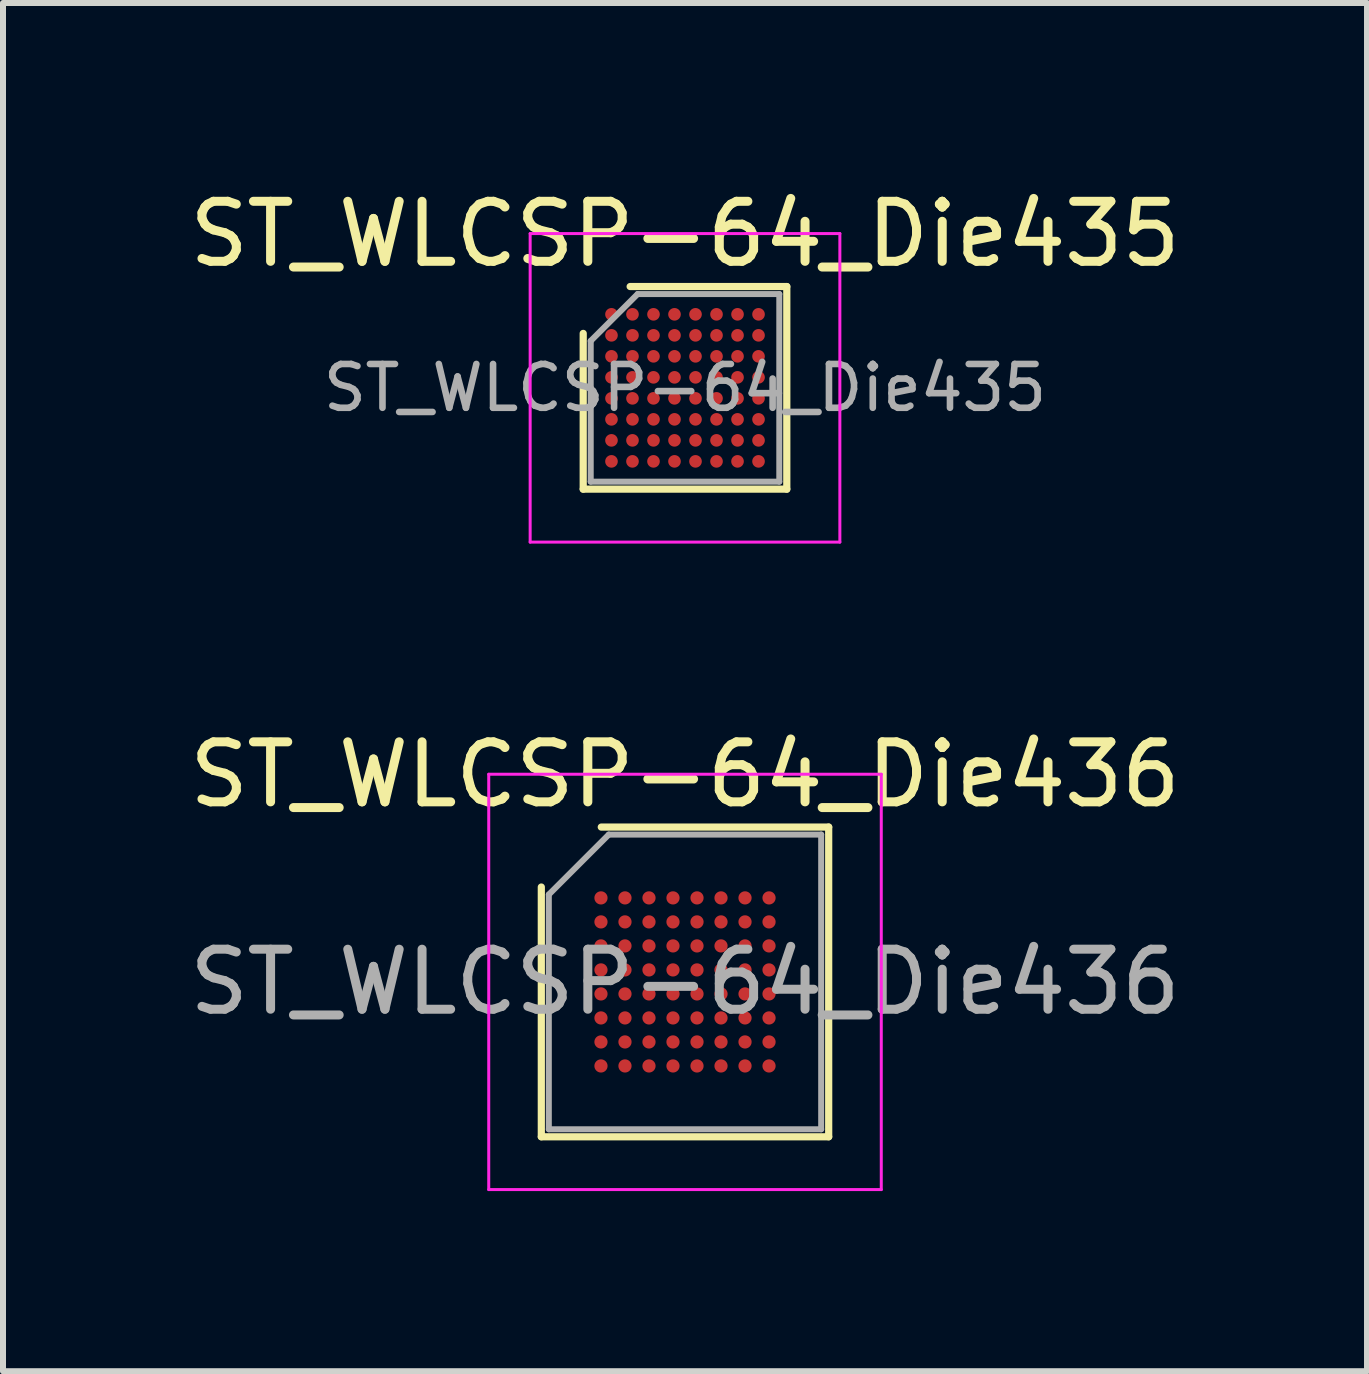
<source format=kicad_pcb>
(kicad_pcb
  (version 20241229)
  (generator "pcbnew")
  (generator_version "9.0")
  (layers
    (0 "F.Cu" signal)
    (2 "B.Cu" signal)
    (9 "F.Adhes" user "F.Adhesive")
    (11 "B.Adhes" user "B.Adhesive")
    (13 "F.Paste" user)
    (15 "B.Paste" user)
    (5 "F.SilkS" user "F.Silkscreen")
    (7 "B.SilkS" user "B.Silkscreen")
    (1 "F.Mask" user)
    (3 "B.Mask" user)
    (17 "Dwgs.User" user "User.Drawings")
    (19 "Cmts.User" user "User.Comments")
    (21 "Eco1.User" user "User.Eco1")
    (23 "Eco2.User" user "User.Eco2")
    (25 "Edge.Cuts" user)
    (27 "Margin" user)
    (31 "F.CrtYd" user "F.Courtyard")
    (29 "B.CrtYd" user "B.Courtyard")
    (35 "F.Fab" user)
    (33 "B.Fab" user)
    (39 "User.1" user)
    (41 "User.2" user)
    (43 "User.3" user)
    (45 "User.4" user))
  (footprint "ST_WLCSP-64_Die435"
    (layer "F.Cu")
    (at 8.363 3.412)
    (property "Reference" "ST_WLCSP-64_Die435" (at 0 -2.563 0) (layer "F.SilkS") (effects (font (size 1 1) (thickness 0.15))))
    (attr smd)
    (fp_line (start -1.696 1.688) (end -1.696 -0.907) (stroke (width 0.12) (type solid)) (layer "F.SilkS"))
    (fp_line (start -0.914 -1.688) (end 1.696 -1.688) (stroke (width 0.12) (type solid)) (layer "F.SilkS"))
    (fp_line (start 1.696 -1.688) (end 1.696 1.688) (stroke (width 0.12) (type solid)) (layer "F.SilkS"))
    (fp_line (start 1.696 1.688) (end -1.696 1.688) (stroke (width 0.12) (type solid)) (layer "F.SilkS"))
    (fp_line (start -2.58 -2.57) (end -2.58 2.57) (stroke (width 0.05) (type solid)) (layer "F.CrtYd"))
    (fp_line (start -2.58 2.57) (end 2.58 2.57) (stroke (width 0.05) (type solid)) (layer "F.CrtYd"))
    (fp_line (start 2.58 -2.57) (end -2.58 -2.57) (stroke (width 0.05) (type solid)) (layer "F.CrtYd"))
    (fp_line (start 2.58 2.57) (end 2.58 -2.57) (stroke (width 0.05) (type solid)) (layer "F.CrtYd"))
    (fp_line (start -1.571 -0.782) (end -0.789 -1.563) (stroke (width 0.1) (type solid)) (layer "F.Fab"))
    (fp_line (start -1.571 1.563) (end -1.571 -0.782) (stroke (width 0.1) (type solid)) (layer "F.Fab"))
    (fp_line (start -0.789 -1.563) (end 1.571 -1.563) (stroke (width 0.1) (type solid)) (layer "F.Fab"))
    (fp_line (start 1.571 -1.563) (end 1.571 1.563) (stroke (width 0.1) (type solid)) (layer "F.Fab"))
    (fp_line (start 1.571 1.563) (end -1.571 1.563) (stroke (width 0.1) (type solid)) (layer "F.Fab"))
    (fp_text user "${REFERENCE}" (at 0 0 0) (layer "F.Fab") (effects (font (size 0.73 0.73) (thickness 0.11))))
    (pad "A1" smd circle (at -1.225 -1.225) (size 0.21 0.21) (layers "F.Cu" "F.Mask" "F.Paste"))
    (pad "A2" smd circle (at -0.875 -1.225) (size 0.21 0.21) (layers "F.Cu" "F.Mask" "F.Paste"))
    (pad "A3" smd circle (at -0.525 -1.225) (size 0.21 0.21) (layers "F.Cu" "F.Mask" "F.Paste"))
    (pad "A4" smd circle (at -0.175 -1.225) (size 0.21 0.21) (layers "F.Cu" "F.Mask" "F.Paste"))
    (pad "A5" smd circle (at 0.175 -1.225) (size 0.21 0.21) (layers "F.Cu" "F.Mask" "F.Paste"))
    (pad "A6" smd circle (at 0.525 -1.225) (size 0.21 0.21) (layers "F.Cu" "F.Mask" "F.Paste"))
    (pad "A7" smd circle (at 0.875 -1.225) (size 0.21 0.21) (layers "F.Cu" "F.Mask" "F.Paste"))
    (pad "A8" smd circle (at 1.225 -1.225) (size 0.21 0.21) (layers "F.Cu" "F.Mask" "F.Paste"))
    (pad "B1" smd circle (at -1.225 -0.875) (size 0.21 0.21) (layers "F.Cu" "F.Mask" "F.Paste"))
    (pad "B2" smd circle (at -0.875 -0.875) (size 0.21 0.21) (layers "F.Cu" "F.Mask" "F.Paste"))
    (pad "B3" smd circle (at -0.525 -0.875) (size 0.21 0.21) (layers "F.Cu" "F.Mask" "F.Paste"))
    (pad "B4" smd circle (at -0.175 -0.875) (size 0.21 0.21) (layers "F.Cu" "F.Mask" "F.Paste"))
    (pad "B5" smd circle (at 0.175 -0.875) (size 0.21 0.21) (layers "F.Cu" "F.Mask" "F.Paste"))
    (pad "B6" smd circle (at 0.525 -0.875) (size 0.21 0.21) (layers "F.Cu" "F.Mask" "F.Paste"))
    (pad "B7" smd circle (at 0.875 -0.875) (size 0.21 0.21) (layers "F.Cu" "F.Mask" "F.Paste"))
    (pad "B8" smd circle (at 1.225 -0.875) (size 0.21 0.21) (layers "F.Cu" "F.Mask" "F.Paste"))
    (pad "C1" smd circle (at -1.225 -0.525) (size 0.21 0.21) (layers "F.Cu" "F.Mask" "F.Paste"))
    (pad "C2" smd circle (at -0.875 -0.525) (size 0.21 0.21) (layers "F.Cu" "F.Mask" "F.Paste"))
    (pad "C3" smd circle (at -0.525 -0.525) (size 0.21 0.21) (layers "F.Cu" "F.Mask" "F.Paste"))
    (pad "C4" smd circle (at -0.175 -0.525) (size 0.21 0.21) (layers "F.Cu" "F.Mask" "F.Paste"))
    (pad "C5" smd circle (at 0.175 -0.525) (size 0.21 0.21) (layers "F.Cu" "F.Mask" "F.Paste"))
    (pad "C6" smd circle (at 0.525 -0.525) (size 0.21 0.21) (layers "F.Cu" "F.Mask" "F.Paste"))
    (pad "C7" smd circle (at 0.875 -0.525) (size 0.21 0.21) (layers "F.Cu" "F.Mask" "F.Paste"))
    (pad "C8" smd circle (at 1.225 -0.525) (size 0.21 0.21) (layers "F.Cu" "F.Mask" "F.Paste"))
    (pad "D1" smd circle (at -1.225 -0.175) (size 0.21 0.21) (layers "F.Cu" "F.Mask" "F.Paste"))
    (pad "D2" smd circle (at -0.875 -0.175) (size 0.21 0.21) (layers "F.Cu" "F.Mask" "F.Paste"))
    (pad "D3" smd circle (at -0.525 -0.175) (size 0.21 0.21) (layers "F.Cu" "F.Mask" "F.Paste"))
    (pad "D4" smd circle (at -0.175 -0.175) (size 0.21 0.21) (layers "F.Cu" "F.Mask" "F.Paste"))
    (pad "D5" smd circle (at 0.175 -0.175) (size 0.21 0.21) (layers "F.Cu" "F.Mask" "F.Paste"))
    (pad "D6" smd circle (at 0.525 -0.175) (size 0.21 0.21) (layers "F.Cu" "F.Mask" "F.Paste"))
    (pad "D7" smd circle (at 0.875 -0.175) (size 0.21 0.21) (layers "F.Cu" "F.Mask" "F.Paste"))
    (pad "D8" smd circle (at 1.225 -0.175) (size 0.21 0.21) (layers "F.Cu" "F.Mask" "F.Paste"))
    (pad "E1" smd circle (at -1.225 0.175) (size 0.21 0.21) (layers "F.Cu" "F.Mask" "F.Paste"))
    (pad "E2" smd circle (at -0.875 0.175) (size 0.21 0.21) (layers "F.Cu" "F.Mask" "F.Paste"))
    (pad "E3" smd circle (at -0.525 0.175) (size 0.21 0.21) (layers "F.Cu" "F.Mask" "F.Paste"))
    (pad "E4" smd circle (at -0.175 0.175) (size 0.21 0.21) (layers "F.Cu" "F.Mask" "F.Paste"))
    (pad "E5" smd circle (at 0.175 0.175) (size 0.21 0.21) (layers "F.Cu" "F.Mask" "F.Paste"))
    (pad "E6" smd circle (at 0.525 0.175) (size 0.21 0.21) (layers "F.Cu" "F.Mask" "F.Paste"))
    (pad "E7" smd circle (at 0.875 0.175) (size 0.21 0.21) (layers "F.Cu" "F.Mask" "F.Paste"))
    (pad "E8" smd circle (at 1.225 0.175) (size 0.21 0.21) (layers "F.Cu" "F.Mask" "F.Paste"))
    (pad "F1" smd circle (at -1.225 0.525) (size 0.21 0.21) (layers "F.Cu" "F.Mask" "F.Paste"))
    (pad "F2" smd circle (at -0.875 0.525) (size 0.21 0.21) (layers "F.Cu" "F.Mask" "F.Paste"))
    (pad "F3" smd circle (at -0.525 0.525) (size 0.21 0.21) (layers "F.Cu" "F.Mask" "F.Paste"))
    (pad "F4" smd circle (at -0.175 0.525) (size 0.21 0.21) (layers "F.Cu" "F.Mask" "F.Paste"))
    (pad "F5" smd circle (at 0.175 0.525) (size 0.21 0.21) (layers "F.Cu" "F.Mask" "F.Paste"))
    (pad "F6" smd circle (at 0.525 0.525) (size 0.21 0.21) (layers "F.Cu" "F.Mask" "F.Paste"))
    (pad "F7" smd circle (at 0.875 0.525) (size 0.21 0.21) (layers "F.Cu" "F.Mask" "F.Paste"))
    (pad "F8" smd circle (at 1.225 0.525) (size 0.21 0.21) (layers "F.Cu" "F.Mask" "F.Paste"))
    (pad "G1" smd circle (at -1.225 0.875) (size 0.21 0.21) (layers "F.Cu" "F.Mask" "F.Paste"))
    (pad "G2" smd circle (at -0.875 0.875) (size 0.21 0.21) (layers "F.Cu" "F.Mask" "F.Paste"))
    (pad "G3" smd circle (at -0.525 0.875) (size 0.21 0.21) (layers "F.Cu" "F.Mask" "F.Paste"))
    (pad "G4" smd circle (at -0.175 0.875) (size 0.21 0.21) (layers "F.Cu" "F.Mask" "F.Paste"))
    (pad "G5" smd circle (at 0.175 0.875) (size 0.21 0.21) (layers "F.Cu" "F.Mask" "F.Paste"))
    (pad "G6" smd circle (at 0.525 0.875) (size 0.21 0.21) (layers "F.Cu" "F.Mask" "F.Paste"))
    (pad "G7" smd circle (at 0.875 0.875) (size 0.21 0.21) (layers "F.Cu" "F.Mask" "F.Paste"))
    (pad "G8" smd circle (at 1.225 0.875) (size 0.21 0.21) (layers "F.Cu" "F.Mask" "F.Paste"))
    (pad "H1" smd circle (at -1.225 1.225) (size 0.21 0.21) (layers "F.Cu" "F.Mask" "F.Paste"))
    (pad "H2" smd circle (at -0.875 1.225) (size 0.21 0.21) (layers "F.Cu" "F.Mask" "F.Paste"))
    (pad "H3" smd circle (at -0.525 1.225) (size 0.21 0.21) (layers "F.Cu" "F.Mask" "F.Paste"))
    (pad "H4" smd circle (at -0.175 1.225) (size 0.21 0.21) (layers "F.Cu" "F.Mask" "F.Paste"))
    (pad "H5" smd circle (at 0.175 1.225) (size 0.21 0.21) (layers "F.Cu" "F.Mask" "F.Paste"))
    (pad "H6" smd circle (at 0.525 1.225) (size 0.21 0.21) (layers "F.Cu" "F.Mask" "F.Paste"))
    (pad "H7" smd circle (at 0.875 1.225) (size 0.21 0.21) (layers "F.Cu" "F.Mask" "F.Paste"))
    (pad "H8" smd circle (at 1.225 1.225) (size 0.21 0.21) (layers "F.Cu" "F.Mask" "F.Paste")))
  (footprint "ST_WLCSP-64_Die436"
    (layer "F.Cu")
    (at 8.363 13.31)
    (property "Reference" "ST_WLCSP-64_Die436" (at 0 -3.455 0) (layer "F.SilkS") (effects (font (size 1 1) (thickness 0.15))))
    (attr smd)
    (fp_line (start -2.394 2.58) (end -2.394 -1.581) (stroke (width 0.12) (type solid)) (layer "F.SilkS"))
    (fp_line (start -1.395 -2.58) (end 2.394 -2.58) (stroke (width 0.12) (type solid)) (layer "F.SilkS"))
    (fp_line (start 2.394 -2.58) (end 2.394 2.58) (stroke (width 0.12) (type solid)) (layer "F.SilkS"))
    (fp_line (start 2.394 2.58) (end -2.394 2.58) (stroke (width 0.12) (type solid)) (layer "F.SilkS"))
    (fp_line (start -3.27 -3.46) (end -3.27 3.46) (stroke (width 0.05) (type solid)) (layer "F.CrtYd"))
    (fp_line (start -3.27 3.46) (end 3.27 3.46) (stroke (width 0.05) (type solid)) (layer "F.CrtYd"))
    (fp_line (start 3.27 -3.46) (end -3.27 -3.46) (stroke (width 0.05) (type solid)) (layer "F.CrtYd"))
    (fp_line (start 3.27 3.46) (end 3.27 -3.46) (stroke (width 0.05) (type solid)) (layer "F.CrtYd"))
    (fp_line (start -2.269 -1.456) (end -1.27 -2.455) (stroke (width 0.1) (type solid)) (layer "F.Fab"))
    (fp_line (start -2.269 2.455) (end -2.269 -1.456) (stroke (width 0.1) (type solid)) (layer "F.Fab"))
    (fp_line (start -1.27 -2.455) (end 2.269 -2.455) (stroke (width 0.1) (type solid)) (layer "F.Fab"))
    (fp_line (start 2.269 -2.455) (end 2.269 2.455) (stroke (width 0.1) (type solid)) (layer "F.Fab"))
    (fp_line (start 2.269 2.455) (end -2.269 2.455) (stroke (width 0.1) (type solid)) (layer "F.Fab"))
    (fp_text user "${REFERENCE}" (at 0 0 0) (layer "F.Fab") (effects (font (size 1 1) (thickness 0.15))))
    (pad "A1" smd circle (at -1.4 -1.4) (size 0.22 0.22) (layers "F.Cu" "F.Mask" "F.Paste"))
    (pad "A2" smd circle (at -1 -1.4) (size 0.22 0.22) (layers "F.Cu" "F.Mask" "F.Paste"))
    (pad "A3" smd circle (at -0.6 -1.4) (size 0.22 0.22) (layers "F.Cu" "F.Mask" "F.Paste"))
    (pad "A4" smd circle (at -0.2 -1.4) (size 0.22 0.22) (layers "F.Cu" "F.Mask" "F.Paste"))
    (pad "A5" smd circle (at 0.2 -1.4) (size 0.22 0.22) (layers "F.Cu" "F.Mask" "F.Paste"))
    (pad "A6" smd circle (at 0.6 -1.4) (size 0.22 0.22) (layers "F.Cu" "F.Mask" "F.Paste"))
    (pad "A7" smd circle (at 1 -1.4) (size 0.22 0.22) (layers "F.Cu" "F.Mask" "F.Paste"))
    (pad "A8" smd circle (at 1.4 -1.4) (size 0.22 0.22) (layers "F.Cu" "F.Mask" "F.Paste"))
    (pad "B1" smd circle (at -1.4 -1) (size 0.22 0.22) (layers "F.Cu" "F.Mask" "F.Paste"))
    (pad "B2" smd circle (at -1 -1) (size 0.22 0.22) (layers "F.Cu" "F.Mask" "F.Paste"))
    (pad "B3" smd circle (at -0.6 -1) (size 0.22 0.22) (layers "F.Cu" "F.Mask" "F.Paste"))
    (pad "B4" smd circle (at -0.2 -1) (size 0.22 0.22) (layers "F.Cu" "F.Mask" "F.Paste"))
    (pad "B5" smd circle (at 0.2 -1) (size 0.22 0.22) (layers "F.Cu" "F.Mask" "F.Paste"))
    (pad "B6" smd circle (at 0.6 -1) (size 0.22 0.22) (layers "F.Cu" "F.Mask" "F.Paste"))
    (pad "B7" smd circle (at 1 -1) (size 0.22 0.22) (layers "F.Cu" "F.Mask" "F.Paste"))
    (pad "B8" smd circle (at 1.4 -1) (size 0.22 0.22) (layers "F.Cu" "F.Mask" "F.Paste"))
    (pad "C1" smd circle (at -1.4 -0.6) (size 0.22 0.22) (layers "F.Cu" "F.Mask" "F.Paste"))
    (pad "C2" smd circle (at -1 -0.6) (size 0.22 0.22) (layers "F.Cu" "F.Mask" "F.Paste"))
    (pad "C3" smd circle (at -0.6 -0.6) (size 0.22 0.22) (layers "F.Cu" "F.Mask" "F.Paste"))
    (pad "C4" smd circle (at -0.2 -0.6) (size 0.22 0.22) (layers "F.Cu" "F.Mask" "F.Paste"))
    (pad "C5" smd circle (at 0.2 -0.6) (size 0.22 0.22) (layers "F.Cu" "F.Mask" "F.Paste"))
    (pad "C6" smd circle (at 0.6 -0.6) (size 0.22 0.22) (layers "F.Cu" "F.Mask" "F.Paste"))
    (pad "C7" smd circle (at 1 -0.6) (size 0.22 0.22) (layers "F.Cu" "F.Mask" "F.Paste"))
    (pad "C8" smd circle (at 1.4 -0.6) (size 0.22 0.22) (layers "F.Cu" "F.Mask" "F.Paste"))
    (pad "D1" smd circle (at -1.4 -0.2) (size 0.22 0.22) (layers "F.Cu" "F.Mask" "F.Paste"))
    (pad "D2" smd circle (at -1 -0.2) (size 0.22 0.22) (layers "F.Cu" "F.Mask" "F.Paste"))
    (pad "D3" smd circle (at -0.6 -0.2) (size 0.22 0.22) (layers "F.Cu" "F.Mask" "F.Paste"))
    (pad "D4" smd circle (at -0.2 -0.2) (size 0.22 0.22) (layers "F.Cu" "F.Mask" "F.Paste"))
    (pad "D5" smd circle (at 0.2 -0.2) (size 0.22 0.22) (layers "F.Cu" "F.Mask" "F.Paste"))
    (pad "D6" smd circle (at 0.6 -0.2) (size 0.22 0.22) (layers "F.Cu" "F.Mask" "F.Paste"))
    (pad "D7" smd circle (at 1 -0.2) (size 0.22 0.22) (layers "F.Cu" "F.Mask" "F.Paste"))
    (pad "D8" smd circle (at 1.4 -0.2) (size 0.22 0.22) (layers "F.Cu" "F.Mask" "F.Paste"))
    (pad "E1" smd circle (at -1.4 0.2) (size 0.22 0.22) (layers "F.Cu" "F.Mask" "F.Paste"))
    (pad "E2" smd circle (at -1 0.2) (size 0.22 0.22) (layers "F.Cu" "F.Mask" "F.Paste"))
    (pad "E3" smd circle (at -0.6 0.2) (size 0.22 0.22) (layers "F.Cu" "F.Mask" "F.Paste"))
    (pad "E4" smd circle (at -0.2 0.2) (size 0.22 0.22) (layers "F.Cu" "F.Mask" "F.Paste"))
    (pad "E5" smd circle (at 0.2 0.2) (size 0.22 0.22) (layers "F.Cu" "F.Mask" "F.Paste"))
    (pad "E6" smd circle (at 0.6 0.2) (size 0.22 0.22) (layers "F.Cu" "F.Mask" "F.Paste"))
    (pad "E7" smd circle (at 1 0.2) (size 0.22 0.22) (layers "F.Cu" "F.Mask" "F.Paste"))
    (pad "E8" smd circle (at 1.4 0.2) (size 0.22 0.22) (layers "F.Cu" "F.Mask" "F.Paste"))
    (pad "F1" smd circle (at -1.4 0.6) (size 0.22 0.22) (layers "F.Cu" "F.Mask" "F.Paste"))
    (pad "F2" smd circle (at -1 0.6) (size 0.22 0.22) (layers "F.Cu" "F.Mask" "F.Paste"))
    (pad "F3" smd circle (at -0.6 0.6) (size 0.22 0.22) (layers "F.Cu" "F.Mask" "F.Paste"))
    (pad "F4" smd circle (at -0.2 0.6) (size 0.22 0.22) (layers "F.Cu" "F.Mask" "F.Paste"))
    (pad "F5" smd circle (at 0.2 0.6) (size 0.22 0.22) (layers "F.Cu" "F.Mask" "F.Paste"))
    (pad "F6" smd circle (at 0.6 0.6) (size 0.22 0.22) (layers "F.Cu" "F.Mask" "F.Paste"))
    (pad "F7" smd circle (at 1 0.6) (size 0.22 0.22) (layers "F.Cu" "F.Mask" "F.Paste"))
    (pad "F8" smd circle (at 1.4 0.6) (size 0.22 0.22) (layers "F.Cu" "F.Mask" "F.Paste"))
    (pad "G1" smd circle (at -1.4 1) (size 0.22 0.22) (layers "F.Cu" "F.Mask" "F.Paste"))
    (pad "G2" smd circle (at -1 1) (size 0.22 0.22) (layers "F.Cu" "F.Mask" "F.Paste"))
    (pad "G3" smd circle (at -0.6 1) (size 0.22 0.22) (layers "F.Cu" "F.Mask" "F.Paste"))
    (pad "G4" smd circle (at -0.2 1) (size 0.22 0.22) (layers "F.Cu" "F.Mask" "F.Paste"))
    (pad "G5" smd circle (at 0.2 1) (size 0.22 0.22) (layers "F.Cu" "F.Mask" "F.Paste"))
    (pad "G6" smd circle (at 0.6 1) (size 0.22 0.22) (layers "F.Cu" "F.Mask" "F.Paste"))
    (pad "G7" smd circle (at 1 1) (size 0.22 0.22) (layers "F.Cu" "F.Mask" "F.Paste"))
    (pad "G8" smd circle (at 1.4 1) (size 0.22 0.22) (layers "F.Cu" "F.Mask" "F.Paste"))
    (pad "H1" smd circle (at -1.4 1.4) (size 0.22 0.22) (layers "F.Cu" "F.Mask" "F.Paste"))
    (pad "H2" smd circle (at -1 1.4) (size 0.22 0.22) (layers "F.Cu" "F.Mask" "F.Paste"))
    (pad "H3" smd circle (at -0.6 1.4) (size 0.22 0.22) (layers "F.Cu" "F.Mask" "F.Paste"))
    (pad "H4" smd circle (at -0.2 1.4) (size 0.22 0.22) (layers "F.Cu" "F.Mask" "F.Paste"))
    (pad "H5" smd circle (at 0.2 1.4) (size 0.22 0.22) (layers "F.Cu" "F.Mask" "F.Paste"))
    (pad "H6" smd circle (at 0.6 1.4) (size 0.22 0.22) (layers "F.Cu" "F.Mask" "F.Paste"))
    (pad "H7" smd circle (at 1 1.4) (size 0.22 0.22) (layers "F.Cu" "F.Mask" "F.Paste"))
    (pad "H8" smd circle (at 1.4 1.4) (size 0.22 0.22) (layers "F.Cu" "F.Mask" "F.Paste")))
  (gr_rect
    (start -3 -3)
    (end 19.726 19.796)
    (stroke (width 0.1) (type default))
    (fill no)
    (layer "Edge.Cuts")))
</source>
